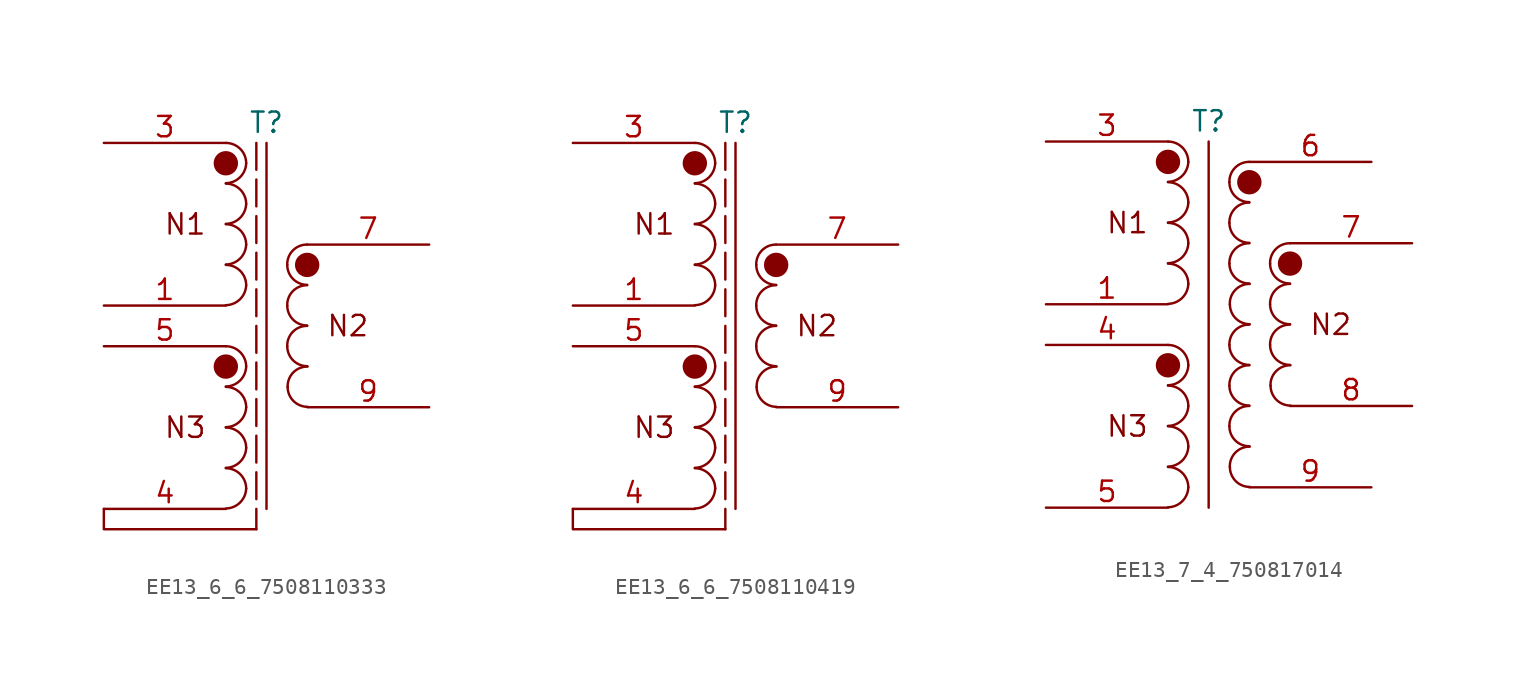
<source format=kicad_sym>
(kicad_symbol_lib
  (version 20220914)
  (generator kicad_symbol_editor)
  (symbol "EE13_6_6_7508110333"
    (pin_names hide)
    (property "Reference" "T"
      (at 0 12.7 0)
      (effects (font (size 1.27 1.27))))
    (symbol "EE13_6_6_7508110333_0_1"
      (arc (start -2.54 -11.4046) (mid -1.6561 -11.0363) (end -1.27 -10.16) (stroke (width 0) (type default)) (fill (type none)))
      (arc (start -2.54 -8.8646) (mid -1.6561 -8.4963) (end -1.27 -7.62) (stroke (width 0) (type default)) (fill (type none)))
      (arc (start -2.54 -6.3246) (mid -1.6561 -5.9563) (end -1.27 -5.08) (stroke (width 0) (type default)) (fill (type none)))
      (arc (start -2.54 -3.7846) (mid -1.6561 -3.4163) (end -1.27 -2.54) (stroke (width 0) (type default)) (fill (type none)))
      (arc (start -2.54 1.2954) (mid -1.6561 1.6637) (end -1.27 2.54) (stroke (width 0) (type default)) (fill (type none)))
      (arc (start -2.54 3.8354) (mid -1.6561 4.2037) (end -1.27 5.08) (stroke (width 0) (type default)) (fill (type none)))
      (arc (start -2.54 6.3754) (mid -1.6561 6.7437) (end -1.27 7.62) (stroke (width 0) (type default)) (fill (type none)))
      (arc (start -2.54 8.9154) (mid -1.6561 9.2837) (end -1.27 10.16) (stroke (width 0) (type default)) (fill (type none)))
      (arc (start -1.27 -10.16) (mid -1.642 -9.262) (end -2.54 -8.89) (stroke (width 0) (type default)) (fill (type none)))
      (arc (start -1.27 -7.62) (mid -1.642 -6.722) (end -2.54 -6.35) (stroke (width 0) (type default)) (fill (type none)))
      (arc (start -1.27 -5.08) (mid -1.642 -4.182) (end -2.54 -3.81) (stroke (width 0) (type default)) (fill (type none)))
      (arc (start -1.27 -2.54) (mid -1.642 -1.642) (end -2.54 -1.27) (stroke (width 0) (type default)) (fill (type none)))
      (arc (start -1.27 2.54) (mid -1.642 3.438) (end -2.54 3.81) (stroke (width 0) (type default)) (fill (type none)))
      (arc (start -1.27 5.08) (mid -1.642 5.978) (end -2.54 6.35) (stroke (width 0) (type default)) (fill (type none)))
      (arc (start -1.27 7.62) (mid -1.642 8.518) (end -2.54 8.89) (stroke (width 0) (type default)) (fill (type none)))
      (arc (start -1.27 10.16) (mid -1.642 11.058) (end -2.54 11.43) (stroke (width 0) (type default)) (fill (type none)))
      (polyline (pts (xy 0 11.43) (xy 0 -11.43)) (stroke (width 0) (type default)) (fill (type none)))
      (polyline (pts (xy -10.16 -11.43) (xy -10.16 -12.7) (xy -0.635 -12.7)) (stroke (width 0) (type default)) (fill (type none)))
      (arc (start 1.2954 -1.27) (mid 1.6599 -2.1501) (end 2.54 -2.5146) (stroke (width 0) (type default)) (fill (type none)))
      (arc (start 1.2954 1.27) (mid 1.6599 0.3899) (end 2.54 0.0254) (stroke (width 0) (type default)) (fill (type none)))
      (arc (start 1.2954 3.81) (mid 1.6599 2.9299) (end 2.54 2.5654) (stroke (width 0) (type default)) (fill (type none)))
      (arc (start 1.3208 -3.81) (mid 1.6853 -4.6903) (end 2.5654 -5.0546) (stroke (width 0) (type default)) (fill (type none)))
      (arc (start 2.54 0) (mid 1.6458 -0.3685) (end 1.2954 -1.27) (stroke (width 0) (type default)) (fill (type none)))
      (arc (start 2.54 2.54) (mid 1.6458 2.1715) (end 1.2954 1.27) (stroke (width 0) (type default)) (fill (type none)))
      (arc (start 2.54 5.08) (mid 1.6458 4.7115) (end 1.2954 3.81) (stroke (width 0) (type default)) (fill (type none)))
      (arc (start 2.5654 -2.54) (mid 1.6709 -2.9083) (end 1.3208 -3.81) (stroke (width 0) (type default)) (fill (type none))))
    (symbol "EE13_6_6_7508110333_1_1"
      (circle (center -2.54 -2.54) (radius 0.0001) (stroke (width 0.762) (type default)) (fill (type none)))
      (circle (center -2.54 10.16) (radius 0.0001) (stroke (width 0.762) (type default)) (fill (type none)))
      (polyline (pts (xy -0.635 11.43) (xy -0.635 -12.7)) (stroke (width 0) (type dash)) (fill (type none)))
      (circle (center 2.54 3.81) (radius 0.0001) (stroke (width 0.762) (type default)) (fill (type none)))
      (text "N1" (at -5.08 6.35 0) (effects (font (size 1.27 1.27))))
      (text "N2" (at 5.08 0 0) (effects (font (size 1.27 1.27))))
      (text "N3" (at -5.08 -6.35 0) (effects (font (size 1.27 1.27))))
      (pin passive line (at -10.16 1.27 0) (length 7.62) (name "1" (effects (font (size 1.27 1.27)))) (number "1" (effects (font (size 1.27 1.27)))))
      (pin passive line (at -10.16 11.43 0) (length 7.62) (name "3" (effects (font (size 1.27 1.27)))) (number "3" (effects (font (size 1.27 1.27)))))
      (pin passive line (at -10.16 -11.43 0) (length 7.62) (name "4" (effects (font (size 1.27 1.27)))) (number "4" (effects (font (size 1.27 1.27)))))
      (pin passive line (at -10.16 -1.27 0) (length 7.62) (name "5" (effects (font (size 1.27 1.27)))) (number "5" (effects (font (size 1.27 1.27)))))
      (pin passive line (at 10.16 5.08 180) (length 7.62) (name "7" (effects (font (size 1.27 1.27)))) (number "7" (effects (font (size 1.27 1.27)))))
      (pin passive line (at 10.16 -5.08 180) (length 7.62) (name "9" (effects (font (size 1.27 1.27)))) (number "9" (effects (font (size 1.27 1.27)))))))
  (symbol "EE13_6_6_7508110419"
    (pin_names hide)
    (property "Reference" "T"
      (at 0 12.7 0)
      (effects (font (size 1.27 1.27))))
    (symbol "EE13_6_6_7508110419_0_1"
      (arc (start -2.54 -11.4046) (mid -1.6561 -11.0363) (end -1.27 -10.16) (stroke (width 0) (type default)) (fill (type none)))
      (arc (start -2.54 -8.8646) (mid -1.6561 -8.4963) (end -1.27 -7.62) (stroke (width 0) (type default)) (fill (type none)))
      (arc (start -2.54 -6.3246) (mid -1.6561 -5.9563) (end -1.27 -5.08) (stroke (width 0) (type default)) (fill (type none)))
      (arc (start -2.54 -3.7846) (mid -1.6561 -3.4163) (end -1.27 -2.54) (stroke (width 0) (type default)) (fill (type none)))
      (arc (start -2.54 1.2954) (mid -1.6561 1.6637) (end -1.27 2.54) (stroke (width 0) (type default)) (fill (type none)))
      (arc (start -2.54 3.8354) (mid -1.6561 4.2037) (end -1.27 5.08) (stroke (width 0) (type default)) (fill (type none)))
      (arc (start -2.54 6.3754) (mid -1.6561 6.7437) (end -1.27 7.62) (stroke (width 0) (type default)) (fill (type none)))
      (arc (start -2.54 8.9154) (mid -1.6561 9.2837) (end -1.27 10.16) (stroke (width 0) (type default)) (fill (type none)))
      (arc (start -1.27 -10.16) (mid -1.642 -9.262) (end -2.54 -8.89) (stroke (width 0) (type default)) (fill (type none)))
      (arc (start -1.27 -7.62) (mid -1.642 -6.722) (end -2.54 -6.35) (stroke (width 0) (type default)) (fill (type none)))
      (arc (start -1.27 -5.08) (mid -1.642 -4.182) (end -2.54 -3.81) (stroke (width 0) (type default)) (fill (type none)))
      (arc (start -1.27 -2.54) (mid -1.642 -1.642) (end -2.54 -1.27) (stroke (width 0) (type default)) (fill (type none)))
      (arc (start -1.27 2.54) (mid -1.642 3.438) (end -2.54 3.81) (stroke (width 0) (type default)) (fill (type none)))
      (arc (start -1.27 5.08) (mid -1.642 5.978) (end -2.54 6.35) (stroke (width 0) (type default)) (fill (type none)))
      (arc (start -1.27 7.62) (mid -1.642 8.518) (end -2.54 8.89) (stroke (width 0) (type default)) (fill (type none)))
      (arc (start -1.27 10.16) (mid -1.642 11.058) (end -2.54 11.43) (stroke (width 0) (type default)) (fill (type none)))
      (polyline (pts (xy 0 11.43) (xy 0 -11.43)) (stroke (width 0) (type default)) (fill (type none)))
      (polyline (pts (xy -10.16 -11.43) (xy -10.16 -12.7) (xy -0.635 -12.7)) (stroke (width 0) (type default)) (fill (type none)))
      (arc (start 1.2954 -1.27) (mid 1.6599 -2.1501) (end 2.54 -2.5146) (stroke (width 0) (type default)) (fill (type none)))
      (arc (start 1.2954 1.27) (mid 1.6599 0.3899) (end 2.54 0.0254) (stroke (width 0) (type default)) (fill (type none)))
      (arc (start 1.2954 3.81) (mid 1.6599 2.9299) (end 2.54 2.5654) (stroke (width 0) (type default)) (fill (type none)))
      (arc (start 1.3208 -3.81) (mid 1.6853 -4.6903) (end 2.5654 -5.0546) (stroke (width 0) (type default)) (fill (type none)))
      (arc (start 2.54 0) (mid 1.6458 -0.3685) (end 1.2954 -1.27) (stroke (width 0) (type default)) (fill (type none)))
      (arc (start 2.54 2.54) (mid 1.6458 2.1715) (end 1.2954 1.27) (stroke (width 0) (type default)) (fill (type none)))
      (arc (start 2.54 5.08) (mid 1.6458 4.7115) (end 1.2954 3.81) (stroke (width 0) (type default)) (fill (type none)))
      (arc (start 2.5654 -2.54) (mid 1.6709 -2.9083) (end 1.3208 -3.81) (stroke (width 0) (type default)) (fill (type none))))
    (symbol "EE13_6_6_7508110419_1_1"
      (circle (center -2.54 -2.54) (radius 0.0001) (stroke (width 0.762) (type default)) (fill (type none)))
      (circle (center -2.54 10.16) (radius 0.0001) (stroke (width 0.762) (type default)) (fill (type none)))
      (polyline (pts (xy -0.635 11.43) (xy -0.635 -12.7)) (stroke (width 0) (type dash)) (fill (type none)))
      (circle (center 2.54 3.81) (radius 0.0001) (stroke (width 0.762) (type default)) (fill (type none)))
      (text "N1" (at -5.08 6.35 0) (effects (font (size 1.27 1.27))))
      (text "N2" (at 5.08 0 0) (effects (font (size 1.27 1.27))))
      (text "N3" (at -5.08 -6.35 0) (effects (font (size 1.27 1.27))))
      (pin passive line (at -10.16 1.27 0) (length 7.62) (name "1" (effects (font (size 1.27 1.27)))) (number "1" (effects (font (size 1.27 1.27)))))
      (pin passive line (at -10.16 11.43 0) (length 7.62) (name "3" (effects (font (size 1.27 1.27)))) (number "3" (effects (font (size 1.27 1.27)))))
      (pin passive line (at -10.16 -11.43 0) (length 7.62) (name "4" (effects (font (size 1.27 1.27)))) (number "4" (effects (font (size 1.27 1.27)))))
      (pin passive line (at -10.16 -1.27 0) (length 7.62) (name "5" (effects (font (size 1.27 1.27)))) (number "5" (effects (font (size 1.27 1.27)))))
      (pin passive line (at 10.16 5.08 180) (length 7.62) (name "7" (effects (font (size 1.27 1.27)))) (number "7" (effects (font (size 1.27 1.27)))))
      (pin passive line (at 10.16 -5.08 180) (length 7.62) (name "9" (effects (font (size 1.27 1.27)))) (number "9" (effects (font (size 1.27 1.27)))))))
  (symbol "EE13_7_4_750817014"
    (pin_names hide)
    (property "Reference" "T"
      (at 0 12.7 0)
      (effects (font (size 1.27 1.27))))
    (symbol "EE13_7_4_750817014_0_1"
      (arc (start -2.54 -11.4046) (mid -1.6561 -11.0363) (end -1.27 -10.16) (stroke (width 0) (type default)) (fill (type none)))
      (arc (start -2.54 -8.8646) (mid -1.6561 -8.4963) (end -1.27 -7.62) (stroke (width 0) (type default)) (fill (type none)))
      (arc (start -2.54 -6.3246) (mid -1.6561 -5.9563) (end -1.27 -5.08) (stroke (width 0) (type default)) (fill (type none)))
      (arc (start -2.54 -3.7846) (mid -1.6561 -3.4163) (end -1.27 -2.54) (stroke (width 0) (type default)) (fill (type none)))
      (arc (start -2.54 1.2954) (mid -1.6561 1.6637) (end -1.27 2.54) (stroke (width 0) (type default)) (fill (type none)))
      (arc (start -2.54 3.8354) (mid -1.6561 4.2037) (end -1.27 5.08) (stroke (width 0) (type default)) (fill (type none)))
      (arc (start -2.54 6.3754) (mid -1.6561 6.7437) (end -1.27 7.62) (stroke (width 0) (type default)) (fill (type none)))
      (arc (start -2.54 8.9154) (mid -1.6561 9.2837) (end -1.27 10.16) (stroke (width 0) (type default)) (fill (type none)))
      (arc (start -1.27 -10.16) (mid -1.642 -9.262) (end -2.54 -8.89) (stroke (width 0) (type default)) (fill (type none)))
      (arc (start -1.27 -7.62) (mid -1.642 -6.722) (end -2.54 -6.35) (stroke (width 0) (type default)) (fill (type none)))
      (arc (start -1.27 -5.08) (mid -1.642 -4.182) (end -2.54 -3.81) (stroke (width 0) (type default)) (fill (type none)))
      (arc (start -1.27 -2.54) (mid -1.642 -1.642) (end -2.54 -1.27) (stroke (width 0) (type default)) (fill (type none)))
      (arc (start -1.27 2.54) (mid -1.642 3.438) (end -2.54 3.81) (stroke (width 0) (type default)) (fill (type none)))
      (arc (start -1.27 5.08) (mid -1.642 5.978) (end -2.54 6.35) (stroke (width 0) (type default)) (fill (type none)))
      (arc (start -1.27 7.62) (mid -1.642 8.518) (end -2.54 8.89) (stroke (width 0) (type default)) (fill (type none)))
      (arc (start -1.27 10.16) (mid -1.642 11.058) (end -2.54 11.43) (stroke (width 0) (type default)) (fill (type none)))
      (polyline (pts (xy 0 11.43) (xy 0 -11.43)) (stroke (width 0) (type default)) (fill (type none)))
      (arc (start 1.2954 -6.35) (mid 1.6599 -7.2301) (end 2.54 -7.5946) (stroke (width 0) (type default)) (fill (type none)))
      (arc (start 1.2954 -3.81) (mid 1.6599 -4.6901) (end 2.54 -5.0546) (stroke (width 0) (type default)) (fill (type none)))
      (arc (start 1.2954 -1.27) (mid 1.6599 -2.1501) (end 2.54 -2.5146) (stroke (width 0) (type default)) (fill (type none)))
      (arc (start 1.2954 3.81) (mid 1.6599 2.9299) (end 2.54 2.5654) (stroke (width 0) (type default)) (fill (type none)))
      (arc (start 1.2954 6.35) (mid 1.6599 5.4699) (end 2.54 5.1054) (stroke (width 0) (type default)) (fill (type none)))
      (arc (start 1.2954 8.89) (mid 1.6599 8.0099) (end 2.54 7.6454) (stroke (width 0) (type default)) (fill (type none)))
      (arc (start 1.3208 -8.89) (mid 1.6853 -9.7703) (end 2.5654 -10.1346) (stroke (width 0) (type default)) (fill (type none)))
      (arc (start 1.3208 1.27) (mid 1.6853 0.3897) (end 2.5654 0.0254) (stroke (width 0) (type default)) (fill (type none)))
      (arc (start 2.54 -5.08) (mid 1.6458 -5.4485) (end 1.2954 -6.35) (stroke (width 0) (type default)) (fill (type none)))
      (arc (start 2.54 -2.54) (mid 1.6458 -2.9085) (end 1.2954 -3.81) (stroke (width 0) (type default)) (fill (type none)))
      (arc (start 2.54 0) (mid 1.6458 -0.3685) (end 1.2954 -1.27) (stroke (width 0) (type default)) (fill (type none)))
      (arc (start 2.54 5.08) (mid 1.6458 4.7115) (end 1.2954 3.81) (stroke (width 0) (type default)) (fill (type none)))
      (arc (start 2.54 7.62) (mid 1.6458 7.2515) (end 1.2954 6.35) (stroke (width 0) (type default)) (fill (type none)))
      (arc (start 2.54 10.16) (mid 1.6458 9.7915) (end 1.2954 8.89) (stroke (width 0) (type default)) (fill (type none)))
      (arc (start 2.5654 -7.62) (mid 1.6709 -7.9883) (end 1.3208 -8.89) (stroke (width 0) (type default)) (fill (type none)))
      (arc (start 2.5654 2.54) (mid 1.6709 2.1717) (end 1.3208 1.27) (stroke (width 0) (type default)) (fill (type none)))
      (arc (start 3.8354 -1.27) (mid 4.1999 -2.1501) (end 5.08 -2.5146) (stroke (width 0) (type default)) (fill (type none)))
      (arc (start 3.8354 1.27) (mid 4.1999 0.3899) (end 5.08 0.0254) (stroke (width 0) (type default)) (fill (type none)))
      (arc (start 3.8354 3.81) (mid 4.1999 2.9299) (end 5.08 2.5654) (stroke (width 0) (type default)) (fill (type none)))
      (arc (start 3.8608 -3.81) (mid 4.2254 -4.6899) (end 5.1054 -5.0546) (stroke (width 0) (type default)) (fill (type none)))
      (arc (start 5.08 0) (mid 4.1858 -0.3685) (end 3.8354 -1.27) (stroke (width 0) (type default)) (fill (type none)))
      (arc (start 5.08 2.54) (mid 4.1858 2.1715) (end 3.8354 1.27) (stroke (width 0) (type default)) (fill (type none)))
      (arc (start 5.08 5.08) (mid 4.1858 4.7115) (end 3.8354 3.81) (stroke (width 0) (type default)) (fill (type none)))
      (arc (start 5.1054 -2.54) (mid 4.2109 -2.9083) (end 3.8608 -3.81) (stroke (width 0) (type default)) (fill (type none))))
    (symbol "EE13_7_4_750817014_1_1"
      (circle (center -2.54 -2.54) (radius 0.0001) (stroke (width 0.762) (type default)) (fill (type none)))
      (circle (center -2.54 10.16) (radius 0.0001) (stroke (width 0.762) (type default)) (fill (type none)))
      (circle (center 2.54 8.89) (radius 0.0001) (stroke (width 0.762) (type default)) (fill (type none)))
      (circle (center 5.08 3.81) (radius 0.0001) (stroke (width 0.762) (type default)) (fill (type none)))
      (text "N1" (at -5.08 6.35 0) (effects (font (size 1.27 1.27))))
      (text "N2" (at 7.62 0 0) (effects (font (size 1.27 1.27))))
      (text "N3" (at -5.08 -6.35 0) (effects (font (size 1.27 1.27))))
      (pin passive line (at -10.16 1.27 0) (length 7.62) (name "1" (effects (font (size 1.27 1.27)))) (number "1" (effects (font (size 1.27 1.27)))))
      (pin passive line (at -10.16 11.43 0) (length 7.62) (name "3" (effects (font (size 1.27 1.27)))) (number "3" (effects (font (size 1.27 1.27)))))
      (pin passive line (at -10.16 -1.27 0) (length 7.62) (name "4" (effects (font (size 1.27 1.27)))) (number "4" (effects (font (size 1.27 1.27)))))
      (pin passive line (at -10.16 -11.43 0) (length 7.62) (name "5" (effects (font (size 1.27 1.27)))) (number "5" (effects (font (size 1.27 1.27)))))
      (pin passive line (at 10.16 10.16 180) (length 7.62) (name "6" (effects (font (size 1.27 1.27)))) (number "6" (effects (font (size 1.27 1.27)))))
      (pin passive line (at 12.7 5.08 180) (length 7.62) (name "7" (effects (font (size 1.27 1.27)))) (number "7" (effects (font (size 1.27 1.27)))))
      (pin passive line (at 12.7 -5.08 180) (length 7.62) (name "8" (effects (font (size 1.27 1.27)))) (number "8" (effects (font (size 1.27 1.27)))))
      (pin passive line (at 10.16 -10.16 180) (length 7.62) (name "9" (effects (font (size 1.27 1.27)))) (number "9" (effects (font (size 1.27 1.27))))))))
</source>
